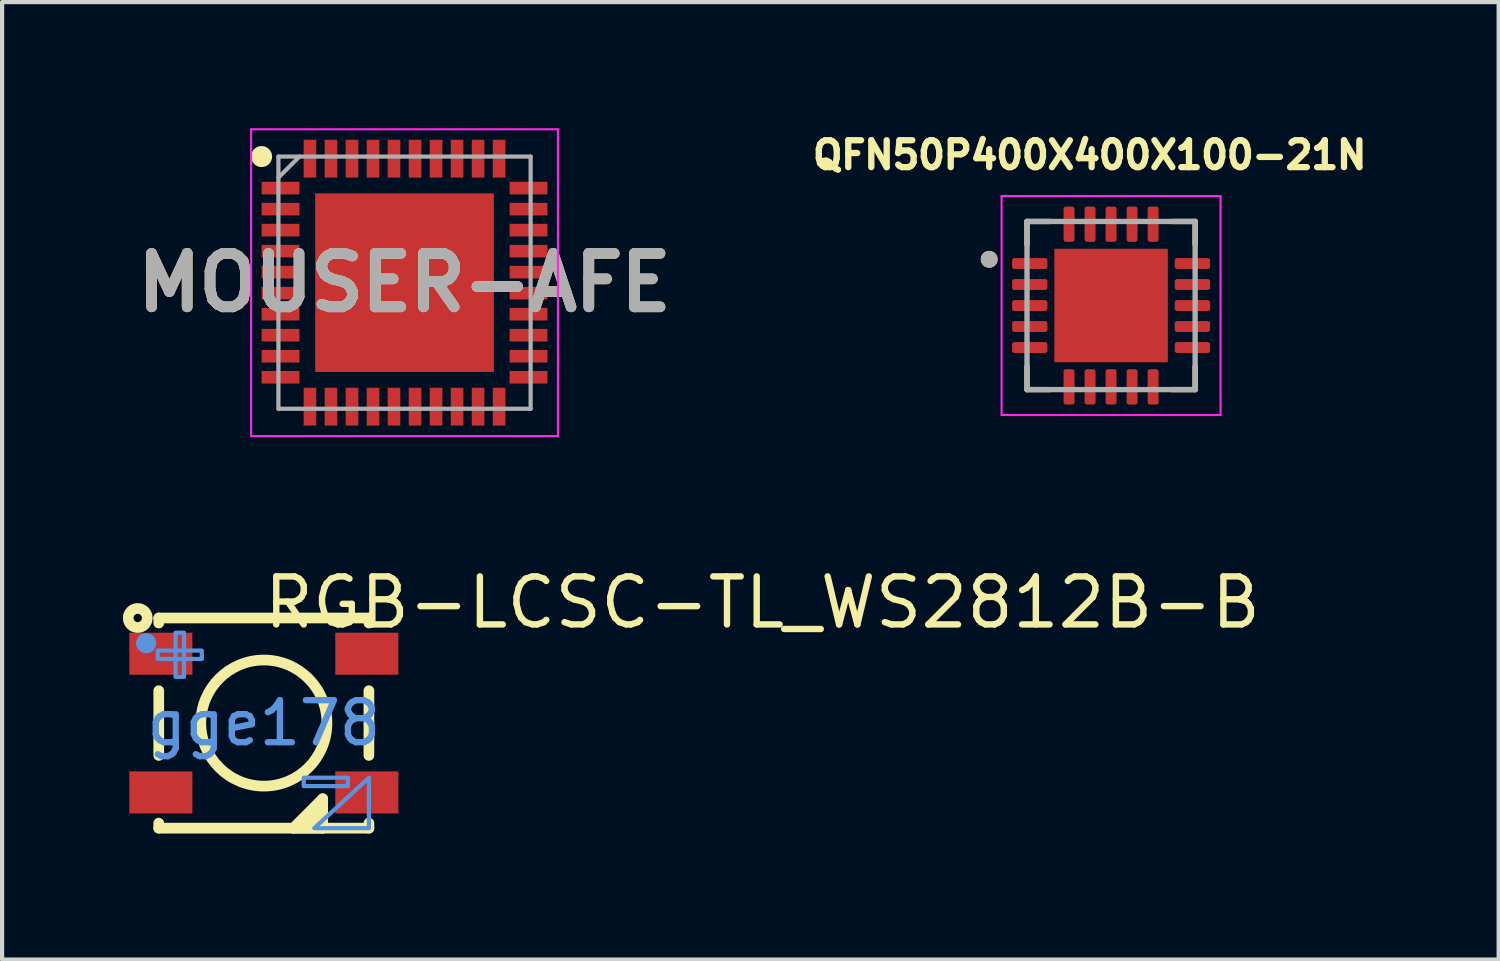
<source format=kicad_pcb>
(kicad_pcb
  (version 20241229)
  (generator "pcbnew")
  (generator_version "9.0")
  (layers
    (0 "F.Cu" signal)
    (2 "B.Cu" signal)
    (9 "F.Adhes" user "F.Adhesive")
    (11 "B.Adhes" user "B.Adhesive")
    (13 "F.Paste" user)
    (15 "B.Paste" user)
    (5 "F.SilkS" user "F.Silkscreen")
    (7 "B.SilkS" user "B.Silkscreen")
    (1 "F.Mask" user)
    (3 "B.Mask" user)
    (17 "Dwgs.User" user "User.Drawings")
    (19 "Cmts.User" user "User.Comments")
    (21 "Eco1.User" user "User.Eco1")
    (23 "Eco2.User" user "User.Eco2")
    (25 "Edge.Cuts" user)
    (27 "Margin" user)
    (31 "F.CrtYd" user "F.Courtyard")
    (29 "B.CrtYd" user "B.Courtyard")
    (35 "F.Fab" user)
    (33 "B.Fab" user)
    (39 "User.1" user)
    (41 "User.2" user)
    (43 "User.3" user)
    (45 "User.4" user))
  (footprint "MOUSER-AFE"
    (layer "F.Cu")
    (at 6.574 3.675)
    (property "Reference" "MOUSER-AFE" (at 0 0 0) (layer "F.SilkS") (effects (font (size 1.27 1.27) (thickness 0.254))))
    (attr smd)
    (fp_circle (center -3.4 -3) (end -3.4 -2.875) (stroke (width 0.25) (type solid)) (fill no) (layer "F.SilkS"))
    (fp_line (start -3.65 -3.65) (end 3.65 -3.65) (stroke (width 0.05) (type solid)) (layer "F.CrtYd"))
    (fp_line (start -3.65 3.65) (end -3.65 -3.65) (stroke (width 0.05) (type solid)) (layer "F.CrtYd"))
    (fp_line (start 3.65 -3.65) (end 3.65 3.65) (stroke (width 0.05) (type solid)) (layer "F.CrtYd"))
    (fp_line (start 3.65 3.65) (end -3.65 3.65) (stroke (width 0.05) (type solid)) (layer "F.CrtYd"))
    (fp_line (start -3 -3) (end 3 -3) (stroke (width 0.1) (type solid)) (layer "F.Fab"))
    (fp_line (start -3 -2.5) (end -2.5 -3) (stroke (width 0.1) (type solid)) (layer "F.Fab"))
    (fp_line (start -3 3) (end -3 -3) (stroke (width 0.1) (type solid)) (layer "F.Fab"))
    (fp_line (start 3 -3) (end 3 3) (stroke (width 0.1) (type solid)) (layer "F.Fab"))
    (fp_line (start 3 3) (end -3 3) (stroke (width 0.1) (type solid)) (layer "F.Fab"))
    (fp_text user "${REFERENCE}" (at 0 0 0) (layer "F.Fab") (effects (font (size 1.27 1.27) (thickness 0.254))))
    (pad "1" smd rect (at -2.95 -2.25 90) (size 0.3 0.9) (layers "F.Cu" "F.Mask" "F.Paste"))
    (pad "2" smd rect (at -2.95 -1.75 90) (size 0.3 0.9) (layers "F.Cu" "F.Mask" "F.Paste"))
    (pad "3" smd rect (at -2.95 -1.25 90) (size 0.3 0.9) (layers "F.Cu" "F.Mask" "F.Paste"))
    (pad "4" smd rect (at -2.95 -0.75 90) (size 0.3 0.9) (layers "F.Cu" "F.Mask" "F.Paste"))
    (pad "5" smd rect (at -2.95 -0.25 90) (size 0.3 0.9) (layers "F.Cu" "F.Mask" "F.Paste"))
    (pad "6" smd rect (at -2.95 0.25 90) (size 0.3 0.9) (layers "F.Cu" "F.Mask" "F.Paste"))
    (pad "7" smd rect (at -2.95 0.75 90) (size 0.3 0.9) (layers "F.Cu" "F.Mask" "F.Paste"))
    (pad "8" smd rect (at -2.95 1.25 90) (size 0.3 0.9) (layers "F.Cu" "F.Mask" "F.Paste"))
    (pad "9" smd rect (at -2.95 1.75 90) (size 0.3 0.9) (layers "F.Cu" "F.Mask" "F.Paste"))
    (pad "10" smd rect (at -2.95 2.25 90) (size 0.3 0.9) (layers "F.Cu" "F.Mask" "F.Paste"))
    (pad "11" smd rect (at -2.25 2.95) (size 0.3 0.9) (layers "F.Cu" "F.Mask" "F.Paste"))
    (pad "12" smd rect (at -1.75 2.95) (size 0.3 0.9) (layers "F.Cu" "F.Mask" "F.Paste"))
    (pad "13" smd rect (at -1.25 2.95) (size 0.3 0.9) (layers "F.Cu" "F.Mask" "F.Paste"))
    (pad "14" smd rect (at -0.75 2.95) (size 0.3 0.9) (layers "F.Cu" "F.Mask" "F.Paste"))
    (pad "15" smd rect (at -0.25 2.95) (size 0.3 0.9) (layers "F.Cu" "F.Mask" "F.Paste"))
    (pad "16" smd rect (at 0.25 2.95) (size 0.3 0.9) (layers "F.Cu" "F.Mask" "F.Paste"))
    (pad "17" smd rect (at 0.75 2.95) (size 0.3 0.9) (layers "F.Cu" "F.Mask" "F.Paste"))
    (pad "18" smd rect (at 1.25 2.95) (size 0.3 0.9) (layers "F.Cu" "F.Mask" "F.Paste"))
    (pad "19" smd rect (at 1.75 2.95) (size 0.3 0.9) (layers "F.Cu" "F.Mask" "F.Paste"))
    (pad "20" smd rect (at 2.25 2.95) (size 0.3 0.9) (layers "F.Cu" "F.Mask" "F.Paste"))
    (pad "21" smd rect (at 2.95 2.25 90) (size 0.3 0.9) (layers "F.Cu" "F.Mask" "F.Paste"))
    (pad "22" smd rect (at 2.95 1.75 90) (size 0.3 0.9) (layers "F.Cu" "F.Mask" "F.Paste"))
    (pad "23" smd rect (at 2.95 1.25 90) (size 0.3 0.9) (layers "F.Cu" "F.Mask" "F.Paste"))
    (pad "24" smd rect (at 2.95 0.75 90) (size 0.3 0.9) (layers "F.Cu" "F.Mask" "F.Paste"))
    (pad "25" smd rect (at 2.95 0.25 90) (size 0.3 0.9) (layers "F.Cu" "F.Mask" "F.Paste"))
    (pad "26" smd rect (at 2.95 -0.25 90) (size 0.3 0.9) (layers "F.Cu" "F.Mask" "F.Paste"))
    (pad "27" smd rect (at 2.95 -0.75 90) (size 0.3 0.9) (layers "F.Cu" "F.Mask" "F.Paste"))
    (pad "28" smd rect (at 2.95 -1.25 90) (size 0.3 0.9) (layers "F.Cu" "F.Mask" "F.Paste"))
    (pad "29" smd rect (at 2.95 -1.75 90) (size 0.3 0.9) (layers "F.Cu" "F.Mask" "F.Paste"))
    (pad "30" smd rect (at 2.95 -2.25 90) (size 0.3 0.9) (layers "F.Cu" "F.Mask" "F.Paste"))
    (pad "31" smd rect (at 2.25 -2.95) (size 0.3 0.9) (layers "F.Cu" "F.Mask" "F.Paste"))
    (pad "32" smd rect (at 1.75 -2.95) (size 0.3 0.9) (layers "F.Cu" "F.Mask" "F.Paste"))
    (pad "33" smd rect (at 1.25 -2.95) (size 0.3 0.9) (layers "F.Cu" "F.Mask" "F.Paste"))
    (pad "34" smd rect (at 0.75 -2.95) (size 0.3 0.9) (layers "F.Cu" "F.Mask" "F.Paste"))
    (pad "35" smd rect (at 0.25 -2.95) (size 0.3 0.9) (layers "F.Cu" "F.Mask" "F.Paste"))
    (pad "36" smd rect (at -0.25 -2.95) (size 0.3 0.9) (layers "F.Cu" "F.Mask" "F.Paste"))
    (pad "37" smd rect (at -0.75 -2.95) (size 0.3 0.9) (layers "F.Cu" "F.Mask" "F.Paste"))
    (pad "38" smd rect (at -1.25 -2.95) (size 0.3 0.9) (layers "F.Cu" "F.Mask" "F.Paste"))
    (pad "39" smd rect (at -1.75 -2.95) (size 0.3 0.9) (layers "F.Cu" "F.Mask" "F.Paste"))
    (pad "40" smd rect (at -2.25 -2.95) (size 0.3 0.9) (layers "F.Cu" "F.Mask" "F.Paste"))
    (pad "41" smd rect (at 0 0) (size 4.25 4.25) (layers "F.Cu" "F.Mask" "F.Paste")))
  (footprint "QFN50P400X400X100-21N"
    (layer "F.Cu")
    (at 23.384 4.219)
    (property "Reference" "QFN50P400X400X100-21N" (at -0.508 -3.581 0) (layer "F.SilkS") (effects (font (size 0.64 0.64) (thickness 0.15))))
    (attr smd)
    (fp_line (start -2 -2) (end -2 -1.45) (stroke (width 0.127) (type solid)) (layer "F.SilkS"))
    (fp_line (start -2 -2) (end -1.45 -2) (stroke (width 0.127) (type solid)) (layer "F.SilkS"))
    (fp_line (start -2 2) (end -2 1.45) (stroke (width 0.127) (type solid)) (layer "F.SilkS"))
    (fp_line (start -2 2) (end -1.45 2) (stroke (width 0.127) (type solid)) (layer "F.SilkS"))
    (fp_line (start 1.45 -2) (end 2 -2) (stroke (width 0.127) (type solid)) (layer "F.SilkS"))
    (fp_line (start 2 -2) (end 2 -1.45) (stroke (width 0.127) (type solid)) (layer "F.SilkS"))
    (fp_line (start 2 1.45) (end 2 2) (stroke (width 0.127) (type solid)) (layer "F.SilkS"))
    (fp_line (start 2 2) (end 1.45 2) (stroke (width 0.127) (type solid)) (layer "F.SilkS"))
    (fp_circle (center -2.9 -1.1) (end -2.8 -1.1) (stroke (width 0.2) (type solid)) (fill no) (layer "F.SilkS"))
    (fp_poly (pts (xy -1.09 -1.09) (xy -0.13 -1.09) (xy -0.13 -0.13) (xy -1.09 -0.13)) (stroke (width 0.01) (type solid)) (fill yes) (layer "F.Paste"))
    (fp_poly (pts (xy -1.09 0.13) (xy -0.13 0.13) (xy -0.13 1.09) (xy -1.09 1.09)) (stroke (width 0.01) (type solid)) (fill yes) (layer "F.Paste"))
    (fp_poly (pts (xy 0.13 -1.09) (xy 1.09 -1.09) (xy 1.09 -0.13) (xy 0.13 -0.13)) (stroke (width 0.01) (type solid)) (fill yes) (layer "F.Paste"))
    (fp_poly (pts (xy 0.13 0.13) (xy 1.09 0.13) (xy 1.09 1.09) (xy 0.13 1.09)) (stroke (width 0.01) (type solid)) (fill yes) (layer "F.Paste"))
    (fp_line (start -2.605 -2.605) (end 2.605 -2.605) (stroke (width 0.05) (type solid)) (layer "F.CrtYd"))
    (fp_line (start -2.605 2.605) (end -2.605 -2.605) (stroke (width 0.05) (type solid)) (layer "F.CrtYd"))
    (fp_line (start 2.605 -2.605) (end 2.605 2.605) (stroke (width 0.05) (type solid)) (layer "F.CrtYd"))
    (fp_line (start 2.605 2.605) (end -2.605 2.605) (stroke (width 0.05) (type solid)) (layer "F.CrtYd"))
    (fp_line (start -2 -2) (end -2 2) (stroke (width 0.127) (type solid)) (layer "F.Fab"))
    (fp_line (start -2 2) (end 2 2) (stroke (width 0.127) (type solid)) (layer "F.Fab"))
    (fp_line (start 2 -2) (end -2 -2) (stroke (width 0.127) (type solid)) (layer "F.Fab"))
    (fp_line (start 2 2) (end 2 -2) (stroke (width 0.127) (type solid)) (layer "F.Fab"))
    (fp_circle (center -2.9 -1.1) (end -2.8 -1.1) (stroke (width 0.2) (type solid)) (fill no) (layer "F.Fab"))
    (pad "1" smd roundrect (at -1.935 -1 270) (size 0.26 0.84) (layers "F.Cu" "F.Mask" "F.Paste") (roundrect_rratio 0.21))
    (pad "2" smd roundrect (at -1.935 -0.5 270) (size 0.26 0.84) (layers "F.Cu" "F.Mask" "F.Paste") (roundrect_rratio 0.21))
    (pad "3" smd roundrect (at -1.935 0 270) (size 0.26 0.84) (layers "F.Cu" "F.Mask" "F.Paste") (roundrect_rratio 0.21))
    (pad "4" smd roundrect (at -1.935 0.5 270) (size 0.26 0.84) (layers "F.Cu" "F.Mask" "F.Paste") (roundrect_rratio 0.21))
    (pad "5" smd roundrect (at -1.935 1 270) (size 0.26 0.84) (layers "F.Cu" "F.Mask" "F.Paste") (roundrect_rratio 0.21))
    (pad "6" smd roundrect (at -1 1.935 180) (size 0.26 0.84) (layers "F.Cu" "F.Mask" "F.Paste") (roundrect_rratio 0.21))
    (pad "7" smd roundrect (at -0.5 1.935 180) (size 0.26 0.84) (layers "F.Cu" "F.Mask" "F.Paste") (roundrect_rratio 0.21))
    (pad "8" smd roundrect (at 0 1.935 180) (size 0.26 0.84) (layers "F.Cu" "F.Mask" "F.Paste") (roundrect_rratio 0.21))
    (pad "9" smd roundrect (at 0.5 1.935 180) (size 0.26 0.84) (layers "F.Cu" "F.Mask" "F.Paste") (roundrect_rratio 0.21))
    (pad "10" smd roundrect (at 1 1.935 180) (size 0.26 0.84) (layers "F.Cu" "F.Mask" "F.Paste") (roundrect_rratio 0.21))
    (pad "11" smd roundrect (at 1.935 1 270) (size 0.26 0.84) (layers "F.Cu" "F.Mask" "F.Paste") (roundrect_rratio 0.21))
    (pad "12" smd roundrect (at 1.935 0.5 270) (size 0.26 0.84) (layers "F.Cu" "F.Mask" "F.Paste") (roundrect_rratio 0.21))
    (pad "13" smd roundrect (at 1.935 0 270) (size 0.26 0.84) (layers "F.Cu" "F.Mask" "F.Paste") (roundrect_rratio 0.21))
    (pad "14" smd roundrect (at 1.935 -0.5 270) (size 0.26 0.84) (layers "F.Cu" "F.Mask" "F.Paste") (roundrect_rratio 0.21))
    (pad "15" smd roundrect (at 1.935 -1 270) (size 0.26 0.84) (layers "F.Cu" "F.Mask" "F.Paste") (roundrect_rratio 0.21))
    (pad "16" smd roundrect (at 1 -1.935 180) (size 0.26 0.84) (layers "F.Cu" "F.Mask" "F.Paste") (roundrect_rratio 0.21))
    (pad "17" smd roundrect (at 0.5 -1.935 180) (size 0.26 0.84) (layers "F.Cu" "F.Mask" "F.Paste") (roundrect_rratio 0.21))
    (pad "18" smd roundrect (at 0 -1.935 180) (size 0.26 0.84) (layers "F.Cu" "F.Mask" "F.Paste") (roundrect_rratio 0.21))
    (pad "19" smd roundrect (at -0.5 -1.935 180) (size 0.26 0.84) (layers "F.Cu" "F.Mask" "F.Paste") (roundrect_rratio 0.21))
    (pad "20" smd roundrect (at -1 -1.935 180) (size 0.26 0.84) (layers "F.Cu" "F.Mask" "F.Paste") (roundrect_rratio 0.21))
    (pad "21" smd rect (at 0 0) (size 2.7 2.7) (layers "F.Cu" "F.Mask")))
  (footprint "RGB-LCSC-TL_WS2812B-B"
    (layer "F.Cu")
    (at 3.227 14.153)
    (property "Reference" "RGB-LCSC-TL_WS2812B-B" (at -0.076 -2.868 0) (layer "F.SilkS") (effects (font (size 1.143 1.143) (thickness 0.152)) (justify left)))
    (attr smd)
    (fp_line (start -2.5 -2.5) (end 2.5 -2.5) (stroke (width 0.254) (type solid)) (layer "F.SilkS"))
    (fp_line (start -2.5 -2.38) (end -2.5 -2.5) (stroke (width 0.254) (type solid)) (layer "F.SilkS"))
    (fp_line (start -2.5 0.77) (end -2.5 -0.77) (stroke (width 0.254) (type solid)) (layer "F.SilkS"))
    (fp_line (start -2.5 2.5) (end -2.5 2.38) (stroke (width 0.254) (type solid)) (layer "F.SilkS"))
    (fp_line (start 0.7 2.5) (end 1.4 1.8) (stroke (width 0.254) (type solid)) (layer "F.SilkS"))
    (fp_line (start 1.4 1.8) (end 1.4 2.5) (stroke (width 0.254) (type solid)) (layer "F.SilkS"))
    (fp_line (start 1.4 2.5) (end 0.7 2.5) (stroke (width 0.254) (type solid)) (layer "F.SilkS"))
    (fp_line (start 1.4 2.5) (end 1.4 2.5) (stroke (width 0.254) (type solid)) (layer "F.SilkS"))
    (fp_line (start 2.5 -2.5) (end 2.5 -2.38) (stroke (width 0.254) (type solid)) (layer "F.SilkS"))
    (fp_line (start 2.5 -0.77) (end 2.5 0.77) (stroke (width 0.254) (type solid)) (layer "F.SilkS"))
    (fp_line (start 2.5 2.38) (end 2.5 2.5) (stroke (width 0.254) (type solid)) (layer "F.SilkS"))
    (fp_line (start 2.5 2.5) (end -2.5 2.5) (stroke (width 0.254) (type solid)) (layer "F.SilkS"))
    (fp_circle (center -3 -2.5) (end -2.9 -2.5) (stroke (width 0.254) (type solid)) (fill no) (layer "F.SilkS"))
    (fp_circle (center 0.001 0) (end 1.501 0) (stroke (width 0.254) (type solid)) (fill no) (layer "F.SilkS"))
    (fp_poly (pts (xy 1.4 1.8) (xy 1.4 2.4) (xy 1.3 2.5) (xy 0.7 2.5)) (stroke (width 0) (type solid)) (fill yes) (layer "F.SilkS"))
    (fp_circle (center -2.8 -1.9) (end -2.68 -1.9) (stroke (width 0.24) (type solid)) (fill no) (layer "Cmts.User"))
    (fp_poly (pts (xy 2.5 1.3) (xy 2.5 2.5) (xy 1.2 2.5)) (stroke (width 0.1) (type solid)) (fill no) (layer "Cmts.User"))
    (fp_poly (pts (xy -2.525 -1.725) (xy -1.475 -1.725) (xy -1.475 -1.525) (xy -2.525 -1.525)) (stroke (width 0.1) (type solid)) (fill no) (layer "Cmts.User"))
    (fp_poly (pts (xy -2.1 -1.1) (xy -2.1 -2.15) (xy -1.9 -2.15) (xy -1.9 -1.1)) (stroke (width 0.1) (type solid)) (fill no) (layer "Cmts.User"))
    (fp_poly (pts (xy 2 1.5) (xy 0.95 1.5) (xy 0.95 1.3) (xy 2 1.3)) (stroke (width 0.1) (type solid)) (fill no) (layer "Cmts.User"))
    (fp_text user "gge178" (at 0 0 0) (layer "Cmts.User") (effects (font (size 1 1) (thickness 0.15))))
    (pad "1" smd rect (at -2.45 -1.65 180) (size 1.5 1) (layers "F.Cu" "F.Mask" "F.Paste"))
    (pad "2" smd rect (at -2.45 1.65 180) (size 1.5 1) (layers "F.Cu" "F.Mask" "F.Paste"))
    (pad "3" smd rect (at 2.45 1.65 180) (size 1.5 1) (layers "F.Cu" "F.Mask" "F.Paste"))
    (pad "4" smd rect (at 2.45 -1.65 180) (size 1.5 1) (layers "F.Cu" "F.Mask" "F.Paste")))
  (gr_rect
    (start -3 -3)
    (end 32.605 19.78)
    (stroke (width 0.1) (type default))
    (fill no)
    (layer "Edge.Cuts")))
</source>
